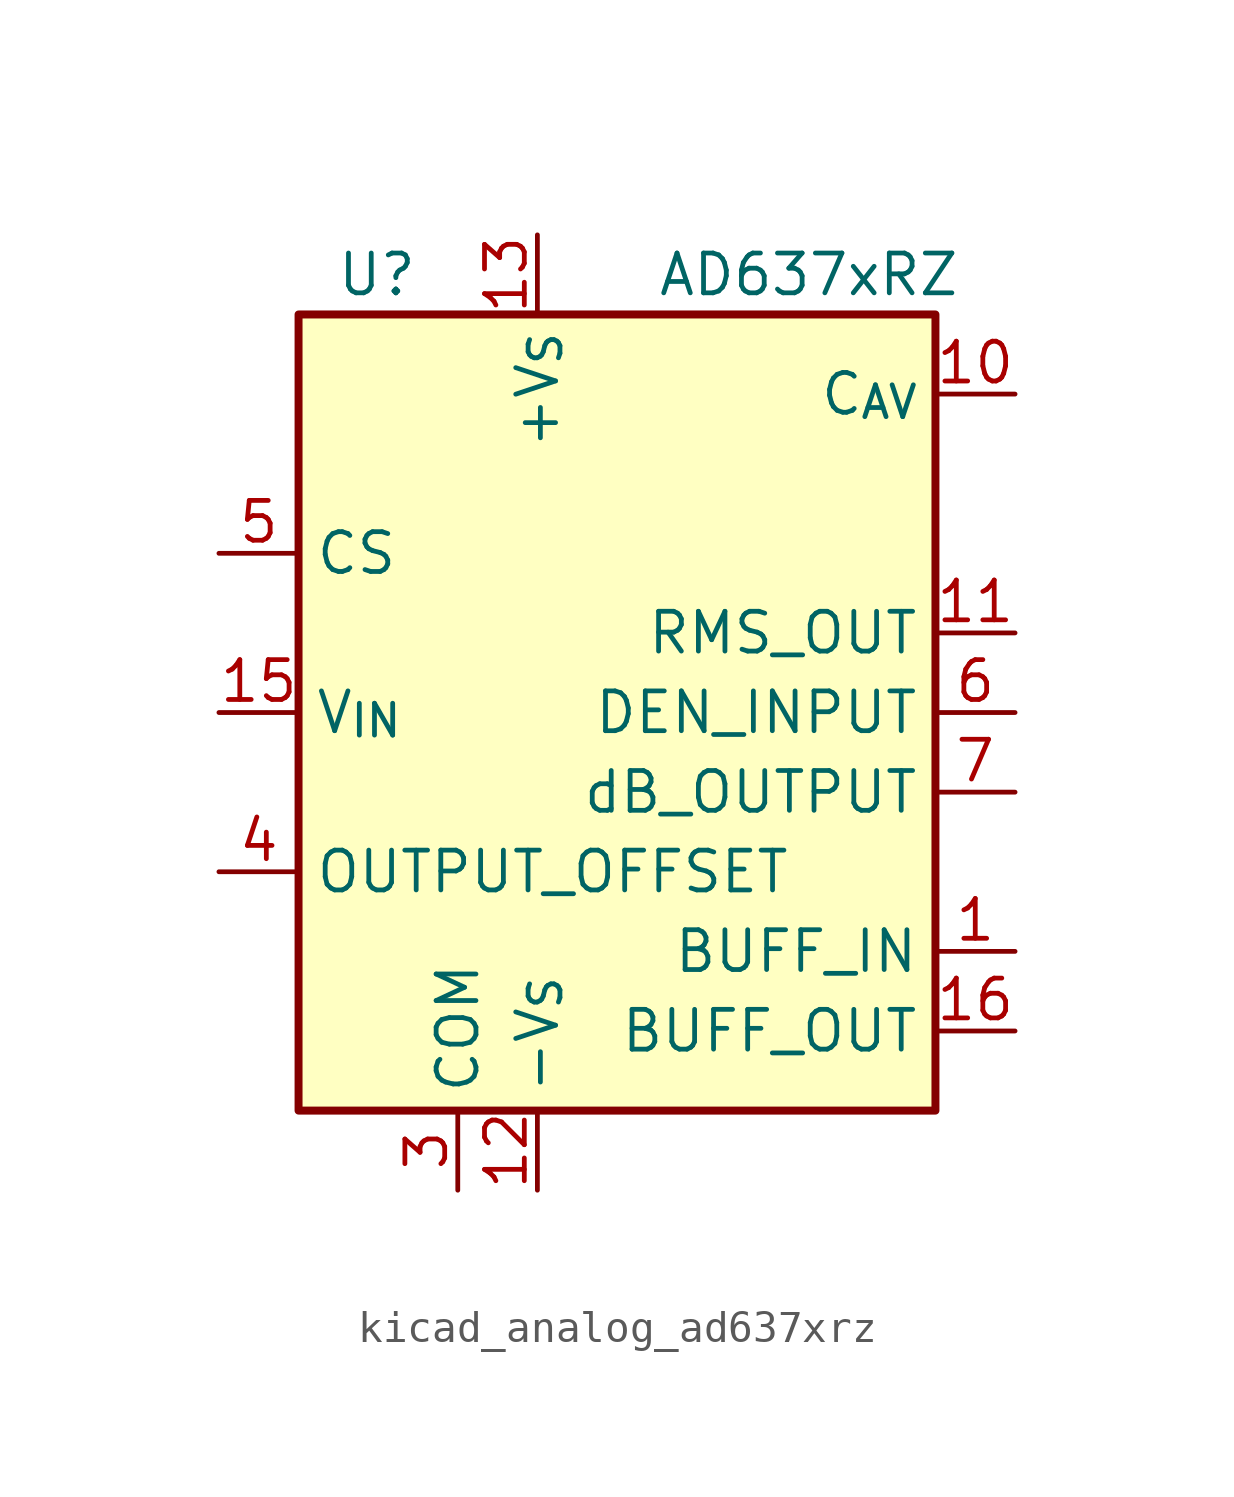
<source format=kicad_sym>
(kicad_symbol_lib
  (version 20220914)
  (generator kicad_symbol_editor)
  (symbol "kicad_analog_ad637xrz"
    (property "Reference" "U"
      (at -6.35 13.97 0)
      (effects (font (size 1.27 1.27)) (justify right)))
    (property "Value" "AD637xRZ"
      (at 1.27 13.97 0)
      (effects (font (size 1.27 1.27)) (justify left)))
    (symbol "kicad_analog_ad637xrz_0_1"
      (rectangle (start -10.16 12.7) (end 10.16 -12.7) (stroke (width 0.254) (type default)) (fill (type background))))
    (symbol "kicad_analog_ad637xrz_1_1"
      (pin input line (at 12.7 -7.62 180) (length 2.54) (name "BUFF_IN" (effects (font (size 1.27 1.27)))) (number "1" (effects (font (size 1.27 1.27)))))
      (pin passive line (at 12.7 10.16 180) (length 2.54) (name "C_{AV}" (effects (font (size 1.27 1.27)))) (number "10" (effects (font (size 1.27 1.27)))))
      (pin output line (at 12.7 2.54 180) (length 2.54) (name "RMS_OUT" (effects (font (size 1.27 1.27)))) (number "11" (effects (font (size 1.27 1.27)))))
      (pin power_in line (at -2.54 -15.24 90) (length 2.54) (name "-V_{S}" (effects (font (size 1.27 1.27)))) (number "12" (effects (font (size 1.27 1.27)))))
      (pin power_in line (at -2.54 15.24 270) (length 2.54) (name "+V_{S}" (effects (font (size 1.27 1.27)))) (number "13" (effects (font (size 1.27 1.27)))))
      (pin no_connect line (at -10.16 -7.62 0) (length 2.54) hide (name "NIC" (effects (font (size 1.27 1.27)))) (number "14" (effects (font (size 1.27 1.27)))))
      (pin input line (at -12.7 0 0) (length 2.54) (name "V_{IN}" (effects (font (size 1.27 1.27)))) (number "15" (effects (font (size 1.27 1.27)))))
      (pin output line (at 12.7 -10.16 180) (length 2.54) (name "BUFF_OUT" (effects (font (size 1.27 1.27)))) (number "16" (effects (font (size 1.27 1.27)))))
      (pin no_connect line (at -10.16 7.62 0) (length 2.54) hide (name "NIC" (effects (font (size 1.27 1.27)))) (number "2" (effects (font (size 1.27 1.27)))))
      (pin power_in line (at -5.08 -15.24 90) (length 2.54) (name "COM" (effects (font (size 1.27 1.27)))) (number "3" (effects (font (size 1.27 1.27)))))
      (pin input line (at -12.7 -5.08 0) (length 2.54) (name "OUTPUT_OFFSET" (effects (font (size 1.27 1.27)))) (number "4" (effects (font (size 1.27 1.27)))))
      (pin input line (at -12.7 5.08 0) (length 2.54) (name "CS" (effects (font (size 1.27 1.27)))) (number "5" (effects (font (size 1.27 1.27)))))
      (pin input line (at 12.7 0 180) (length 2.54) (name "DEN_INPUT" (effects (font (size 1.27 1.27)))) (number "6" (effects (font (size 1.27 1.27)))))
      (pin passive line (at 12.7 -2.54 180) (length 2.54) (name "dB_OUTPUT" (effects (font (size 1.27 1.27)))) (number "7" (effects (font (size 1.27 1.27)))))
      (pin no_connect line (at -10.16 2.54 0) (length 2.54) hide (name "NIC" (effects (font (size 1.27 1.27)))) (number "8" (effects (font (size 1.27 1.27)))))
      (pin no_connect line (at -10.16 -2.54 0) (length 2.54) hide (name "NIC" (effects (font (size 1.27 1.27)))) (number "9" (effects (font (size 1.27 1.27))))))))
</source>
